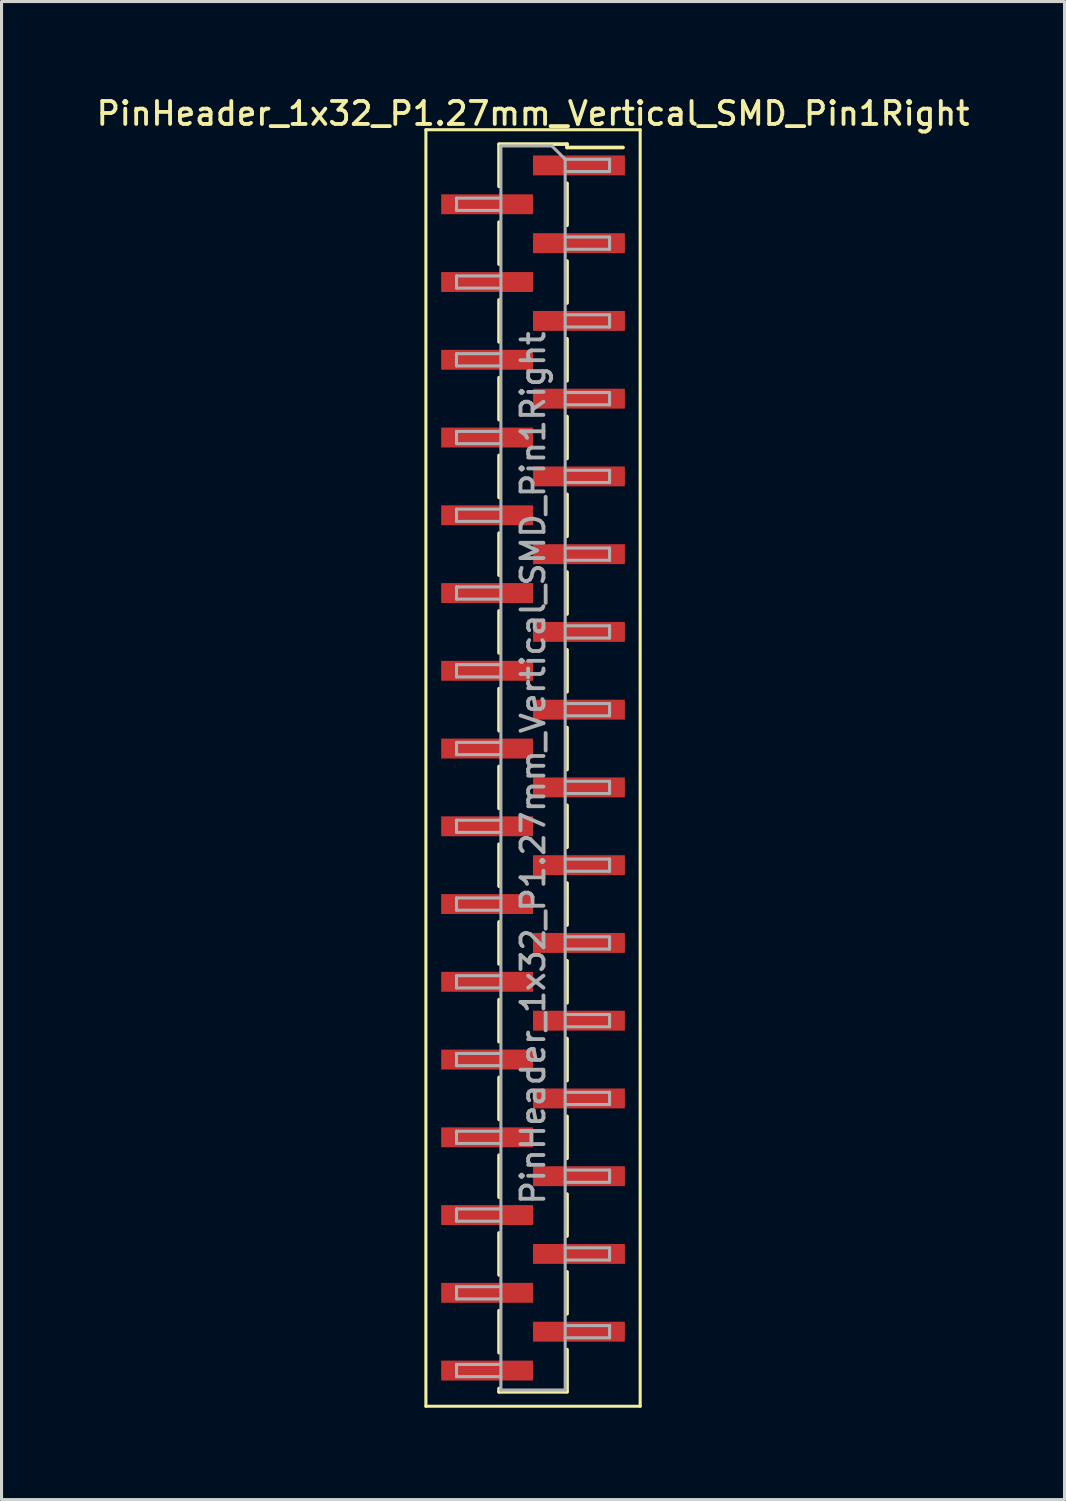
<source format=kicad_pcb>
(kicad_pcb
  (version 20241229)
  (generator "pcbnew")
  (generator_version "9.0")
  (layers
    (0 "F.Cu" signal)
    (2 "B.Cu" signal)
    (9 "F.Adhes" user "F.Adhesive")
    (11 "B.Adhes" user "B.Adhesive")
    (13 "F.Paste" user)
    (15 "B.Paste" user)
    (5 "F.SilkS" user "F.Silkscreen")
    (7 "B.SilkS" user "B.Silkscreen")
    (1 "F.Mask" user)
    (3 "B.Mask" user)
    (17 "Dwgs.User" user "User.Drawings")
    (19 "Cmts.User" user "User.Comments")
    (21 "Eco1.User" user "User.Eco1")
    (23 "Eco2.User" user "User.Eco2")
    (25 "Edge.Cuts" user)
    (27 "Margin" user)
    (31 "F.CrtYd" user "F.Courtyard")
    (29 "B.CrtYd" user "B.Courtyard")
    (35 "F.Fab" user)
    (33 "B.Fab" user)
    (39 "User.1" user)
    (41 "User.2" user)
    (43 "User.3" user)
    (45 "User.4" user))
  (footprint "PinHeader_1x32_P1.27mm_Vertical_SMD_Pin1Right"
    (layer "F.Cu")
    (at 14.363 22.038)
    (property "Reference" "PinHeader_1x32_P1.27mm_Vertical_SMD_Pin1Right" (at 0 -21.38 0) (layer "F.SilkS") (effects (font (size 0.75 0.75) (thickness 0.125))))
    (attr smd)
    (fp_line (start -3.5 -20.85) (end -3.5 20.85) (stroke (width 0.1) (type solid)) (layer "F.SilkS"))
    (fp_line (start -3.5 20.85) (end 3.5 20.85) (stroke (width 0.1) (type solid)) (layer "F.SilkS"))
    (fp_line (start -1.11 -20.38) (end 1.11 -20.38) (stroke (width 0.12) (type solid)) (layer "F.SilkS"))
    (fp_line (start -1.11 -20.37) (end -1.11 -19) (stroke (width 0.12) (type solid)) (layer "F.SilkS"))
    (fp_line (start -1.11 -17.83) (end -1.11 -16.46) (stroke (width 0.12) (type solid)) (layer "F.SilkS"))
    (fp_line (start -1.11 -15.29) (end -1.11 -13.92) (stroke (width 0.12) (type solid)) (layer "F.SilkS"))
    (fp_line (start -1.11 -12.75) (end -1.11 -11.38) (stroke (width 0.12) (type solid)) (layer "F.SilkS"))
    (fp_line (start -1.11 -10.21) (end -1.11 -8.84) (stroke (width 0.12) (type solid)) (layer "F.SilkS"))
    (fp_line (start -1.11 -7.67) (end -1.11 -6.3) (stroke (width 0.12) (type solid)) (layer "F.SilkS"))
    (fp_line (start -1.11 -5.13) (end -1.11 -3.76) (stroke (width 0.12) (type solid)) (layer "F.SilkS"))
    (fp_line (start -1.11 -2.59) (end -1.11 -1.22) (stroke (width 0.12) (type solid)) (layer "F.SilkS"))
    (fp_line (start -1.11 -0.05) (end -1.11 1.32) (stroke (width 0.12) (type solid)) (layer "F.SilkS"))
    (fp_line (start -1.11 2.49) (end -1.11 3.86) (stroke (width 0.12) (type solid)) (layer "F.SilkS"))
    (fp_line (start -1.11 5.03) (end -1.11 6.4) (stroke (width 0.12) (type solid)) (layer "F.SilkS"))
    (fp_line (start -1.11 7.57) (end -1.11 8.94) (stroke (width 0.12) (type solid)) (layer "F.SilkS"))
    (fp_line (start -1.11 10.11) (end -1.11 11.48) (stroke (width 0.12) (type solid)) (layer "F.SilkS"))
    (fp_line (start -1.11 12.65) (end -1.11 14.02) (stroke (width 0.12) (type solid)) (layer "F.SilkS"))
    (fp_line (start -1.11 15.19) (end -1.11 16.56) (stroke (width 0.12) (type solid)) (layer "F.SilkS"))
    (fp_line (start -1.11 17.73) (end -1.11 19.1) (stroke (width 0.12) (type solid)) (layer "F.SilkS"))
    (fp_line (start -1.11 20.27) (end -1.11 20.38) (stroke (width 0.12) (type solid)) (layer "F.SilkS"))
    (fp_line (start -1.11 20.38) (end 1.11 20.38) (stroke (width 0.12) (type solid)) (layer "F.SilkS"))
    (fp_line (start 1.11 -20.38) (end 1.11 -20.27) (stroke (width 0.12) (type solid)) (layer "F.SilkS"))
    (fp_line (start 1.11 -20.27) (end 2.94 -20.27) (stroke (width 0.12) (type solid)) (layer "F.SilkS"))
    (fp_line (start 1.11 -19.1) (end 1.11 -17.73) (stroke (width 0.12) (type solid)) (layer "F.SilkS"))
    (fp_line (start 1.11 -16.56) (end 1.11 -15.19) (stroke (width 0.12) (type solid)) (layer "F.SilkS"))
    (fp_line (start 1.11 -14.02) (end 1.11 -12.65) (stroke (width 0.12) (type solid)) (layer "F.SilkS"))
    (fp_line (start 1.11 -11.48) (end 1.11 -10.11) (stroke (width 0.12) (type solid)) (layer "F.SilkS"))
    (fp_line (start 1.11 -8.94) (end 1.11 -7.57) (stroke (width 0.12) (type solid)) (layer "F.SilkS"))
    (fp_line (start 1.11 -6.4) (end 1.11 -5.03) (stroke (width 0.12) (type solid)) (layer "F.SilkS"))
    (fp_line (start 1.11 -3.86) (end 1.11 -2.49) (stroke (width 0.12) (type solid)) (layer "F.SilkS"))
    (fp_line (start 1.11 -1.32) (end 1.11 0.05) (stroke (width 0.12) (type solid)) (layer "F.SilkS"))
    (fp_line (start 1.11 1.22) (end 1.11 2.59) (stroke (width 0.12) (type solid)) (layer "F.SilkS"))
    (fp_line (start 1.11 3.76) (end 1.11 5.13) (stroke (width 0.12) (type solid)) (layer "F.SilkS"))
    (fp_line (start 1.11 6.3) (end 1.11 7.67) (stroke (width 0.12) (type solid)) (layer "F.SilkS"))
    (fp_line (start 1.11 8.84) (end 1.11 10.21) (stroke (width 0.12) (type solid)) (layer "F.SilkS"))
    (fp_line (start 1.11 11.38) (end 1.11 12.75) (stroke (width 0.12) (type solid)) (layer "F.SilkS"))
    (fp_line (start 1.11 13.92) (end 1.11 15.29) (stroke (width 0.12) (type solid)) (layer "F.SilkS"))
    (fp_line (start 1.11 16.46) (end 1.11 17.83) (stroke (width 0.12) (type solid)) (layer "F.SilkS"))
    (fp_line (start 1.11 19) (end 1.11 20.37) (stroke (width 0.12) (type solid)) (layer "F.SilkS"))
    (fp_line (start 3.5 -20.85) (end -3.5 -20.85) (stroke (width 0.1) (type solid)) (layer "F.SilkS"))
    (fp_line (start 3.5 20.85) (end 3.5 -20.85) (stroke (width 0.1) (type solid)) (layer "F.SilkS"))
    (fp_line (start -2.5 -18.615) (end -2.5 -18.215) (stroke (width 0.1) (type solid)) (layer "F.Fab"))
    (fp_line (start -2.5 -18.215) (end -1.05 -18.215) (stroke (width 0.1) (type solid)) (layer "F.Fab"))
    (fp_line (start -2.5 -16.075) (end -2.5 -15.675) (stroke (width 0.1) (type solid)) (layer "F.Fab"))
    (fp_line (start -2.5 -15.675) (end -1.05 -15.675) (stroke (width 0.1) (type solid)) (layer "F.Fab"))
    (fp_line (start -2.5 -13.535) (end -2.5 -13.135) (stroke (width 0.1) (type solid)) (layer "F.Fab"))
    (fp_line (start -2.5 -13.135) (end -1.05 -13.135) (stroke (width 0.1) (type solid)) (layer "F.Fab"))
    (fp_line (start -2.5 -10.995) (end -2.5 -10.595) (stroke (width 0.1) (type solid)) (layer "F.Fab"))
    (fp_line (start -2.5 -10.595) (end -1.05 -10.595) (stroke (width 0.1) (type solid)) (layer "F.Fab"))
    (fp_line (start -2.5 -8.455) (end -2.5 -8.055) (stroke (width 0.1) (type solid)) (layer "F.Fab"))
    (fp_line (start -2.5 -8.055) (end -1.05 -8.055) (stroke (width 0.1) (type solid)) (layer "F.Fab"))
    (fp_line (start -2.5 -5.915) (end -2.5 -5.515) (stroke (width 0.1) (type solid)) (layer "F.Fab"))
    (fp_line (start -2.5 -5.515) (end -1.05 -5.515) (stroke (width 0.1) (type solid)) (layer "F.Fab"))
    (fp_line (start -2.5 -3.375) (end -2.5 -2.975) (stroke (width 0.1) (type solid)) (layer "F.Fab"))
    (fp_line (start -2.5 -2.975) (end -1.05 -2.975) (stroke (width 0.1) (type solid)) (layer "F.Fab"))
    (fp_line (start -2.5 -0.835) (end -2.5 -0.435) (stroke (width 0.1) (type solid)) (layer "F.Fab"))
    (fp_line (start -2.5 -0.435) (end -1.05 -0.435) (stroke (width 0.1) (type solid)) (layer "F.Fab"))
    (fp_line (start -2.5 1.705) (end -2.5 2.105) (stroke (width 0.1) (type solid)) (layer "F.Fab"))
    (fp_line (start -2.5 2.105) (end -1.05 2.105) (stroke (width 0.1) (type solid)) (layer "F.Fab"))
    (fp_line (start -2.5 4.245) (end -2.5 4.645) (stroke (width 0.1) (type solid)) (layer "F.Fab"))
    (fp_line (start -2.5 4.645) (end -1.05 4.645) (stroke (width 0.1) (type solid)) (layer "F.Fab"))
    (fp_line (start -2.5 6.785) (end -2.5 7.185) (stroke (width 0.1) (type solid)) (layer "F.Fab"))
    (fp_line (start -2.5 7.185) (end -1.05 7.185) (stroke (width 0.1) (type solid)) (layer "F.Fab"))
    (fp_line (start -2.5 9.325) (end -2.5 9.725) (stroke (width 0.1) (type solid)) (layer "F.Fab"))
    (fp_line (start -2.5 9.725) (end -1.05 9.725) (stroke (width 0.1) (type solid)) (layer "F.Fab"))
    (fp_line (start -2.5 11.865) (end -2.5 12.265) (stroke (width 0.1) (type solid)) (layer "F.Fab"))
    (fp_line (start -2.5 12.265) (end -1.05 12.265) (stroke (width 0.1) (type solid)) (layer "F.Fab"))
    (fp_line (start -2.5 14.405) (end -2.5 14.805) (stroke (width 0.1) (type solid)) (layer "F.Fab"))
    (fp_line (start -2.5 14.805) (end -1.05 14.805) (stroke (width 0.1) (type solid)) (layer "F.Fab"))
    (fp_line (start -2.5 16.945) (end -2.5 17.345) (stroke (width 0.1) (type solid)) (layer "F.Fab"))
    (fp_line (start -2.5 17.345) (end -1.05 17.345) (stroke (width 0.1) (type solid)) (layer "F.Fab"))
    (fp_line (start -2.5 19.485) (end -2.5 19.885) (stroke (width 0.1) (type solid)) (layer "F.Fab"))
    (fp_line (start -2.5 19.885) (end -1.05 19.885) (stroke (width 0.1) (type solid)) (layer "F.Fab"))
    (fp_line (start -1.05 -20.32) (end -1.05 20.32) (stroke (width 0.1) (type solid)) (layer "F.Fab"))
    (fp_line (start -1.05 -20.32) (end 0.615 -20.32) (stroke (width 0.1) (type solid)) (layer "F.Fab"))
    (fp_line (start -1.05 -18.615) (end -2.5 -18.615) (stroke (width 0.1) (type solid)) (layer "F.Fab"))
    (fp_line (start -1.05 -16.075) (end -2.5 -16.075) (stroke (width 0.1) (type solid)) (layer "F.Fab"))
    (fp_line (start -1.05 -13.535) (end -2.5 -13.535) (stroke (width 0.1) (type solid)) (layer "F.Fab"))
    (fp_line (start -1.05 -10.995) (end -2.5 -10.995) (stroke (width 0.1) (type solid)) (layer "F.Fab"))
    (fp_line (start -1.05 -8.455) (end -2.5 -8.455) (stroke (width 0.1) (type solid)) (layer "F.Fab"))
    (fp_line (start -1.05 -5.915) (end -2.5 -5.915) (stroke (width 0.1) (type solid)) (layer "F.Fab"))
    (fp_line (start -1.05 -3.375) (end -2.5 -3.375) (stroke (width 0.1) (type solid)) (layer "F.Fab"))
    (fp_line (start -1.05 -0.835) (end -2.5 -0.835) (stroke (width 0.1) (type solid)) (layer "F.Fab"))
    (fp_line (start -1.05 1.705) (end -2.5 1.705) (stroke (width 0.1) (type solid)) (layer "F.Fab"))
    (fp_line (start -1.05 4.245) (end -2.5 4.245) (stroke (width 0.1) (type solid)) (layer "F.Fab"))
    (fp_line (start -1.05 6.785) (end -2.5 6.785) (stroke (width 0.1) (type solid)) (layer "F.Fab"))
    (fp_line (start -1.05 9.325) (end -2.5 9.325) (stroke (width 0.1) (type solid)) (layer "F.Fab"))
    (fp_line (start -1.05 11.865) (end -2.5 11.865) (stroke (width 0.1) (type solid)) (layer "F.Fab"))
    (fp_line (start -1.05 14.405) (end -2.5 14.405) (stroke (width 0.1) (type solid)) (layer "F.Fab"))
    (fp_line (start -1.05 16.945) (end -2.5 16.945) (stroke (width 0.1) (type solid)) (layer "F.Fab"))
    (fp_line (start -1.05 19.485) (end -2.5 19.485) (stroke (width 0.1) (type solid)) (layer "F.Fab"))
    (fp_line (start 1.05 -19.885) (end 0.615 -20.32) (stroke (width 0.1) (type solid)) (layer "F.Fab"))
    (fp_line (start 1.05 -19.885) (end 2.5 -19.885) (stroke (width 0.1) (type solid)) (layer "F.Fab"))
    (fp_line (start 1.05 -17.345) (end 2.5 -17.345) (stroke (width 0.1) (type solid)) (layer "F.Fab"))
    (fp_line (start 1.05 -14.805) (end 2.5 -14.805) (stroke (width 0.1) (type solid)) (layer "F.Fab"))
    (fp_line (start 1.05 -12.265) (end 2.5 -12.265) (stroke (width 0.1) (type solid)) (layer "F.Fab"))
    (fp_line (start 1.05 -9.725) (end 2.5 -9.725) (stroke (width 0.1) (type solid)) (layer "F.Fab"))
    (fp_line (start 1.05 -7.185) (end 2.5 -7.185) (stroke (width 0.1) (type solid)) (layer "F.Fab"))
    (fp_line (start 1.05 -4.645) (end 2.5 -4.645) (stroke (width 0.1) (type solid)) (layer "F.Fab"))
    (fp_line (start 1.05 -2.105) (end 2.5 -2.105) (stroke (width 0.1) (type solid)) (layer "F.Fab"))
    (fp_line (start 1.05 0.435) (end 2.5 0.435) (stroke (width 0.1) (type solid)) (layer "F.Fab"))
    (fp_line (start 1.05 2.975) (end 2.5 2.975) (stroke (width 0.1) (type solid)) (layer "F.Fab"))
    (fp_line (start 1.05 5.515) (end 2.5 5.515) (stroke (width 0.1) (type solid)) (layer "F.Fab"))
    (fp_line (start 1.05 8.055) (end 2.5 8.055) (stroke (width 0.1) (type solid)) (layer "F.Fab"))
    (fp_line (start 1.05 10.595) (end 2.5 10.595) (stroke (width 0.1) (type solid)) (layer "F.Fab"))
    (fp_line (start 1.05 13.135) (end 2.5 13.135) (stroke (width 0.1) (type solid)) (layer "F.Fab"))
    (fp_line (start 1.05 15.675) (end 2.5 15.675) (stroke (width 0.1) (type solid)) (layer "F.Fab"))
    (fp_line (start 1.05 18.215) (end 2.5 18.215) (stroke (width 0.1) (type solid)) (layer "F.Fab"))
    (fp_line (start 1.05 20.32) (end -1.05 20.32) (stroke (width 0.1) (type solid)) (layer "F.Fab"))
    (fp_line (start 1.05 20.32) (end 1.05 -19.885) (stroke (width 0.1) (type solid)) (layer "F.Fab"))
    (fp_line (start 2.5 -19.885) (end 2.5 -19.485) (stroke (width 0.1) (type solid)) (layer "F.Fab"))
    (fp_line (start 2.5 -19.485) (end 1.05 -19.485) (stroke (width 0.1) (type solid)) (layer "F.Fab"))
    (fp_line (start 2.5 -17.345) (end 2.5 -16.945) (stroke (width 0.1) (type solid)) (layer "F.Fab"))
    (fp_line (start 2.5 -16.945) (end 1.05 -16.945) (stroke (width 0.1) (type solid)) (layer "F.Fab"))
    (fp_line (start 2.5 -14.805) (end 2.5 -14.405) (stroke (width 0.1) (type solid)) (layer "F.Fab"))
    (fp_line (start 2.5 -14.405) (end 1.05 -14.405) (stroke (width 0.1) (type solid)) (layer "F.Fab"))
    (fp_line (start 2.5 -12.265) (end 2.5 -11.865) (stroke (width 0.1) (type solid)) (layer "F.Fab"))
    (fp_line (start 2.5 -11.865) (end 1.05 -11.865) (stroke (width 0.1) (type solid)) (layer "F.Fab"))
    (fp_line (start 2.5 -9.725) (end 2.5 -9.325) (stroke (width 0.1) (type solid)) (layer "F.Fab"))
    (fp_line (start 2.5 -9.325) (end 1.05 -9.325) (stroke (width 0.1) (type solid)) (layer "F.Fab"))
    (fp_line (start 2.5 -7.185) (end 2.5 -6.785) (stroke (width 0.1) (type solid)) (layer "F.Fab"))
    (fp_line (start 2.5 -6.785) (end 1.05 -6.785) (stroke (width 0.1) (type solid)) (layer "F.Fab"))
    (fp_line (start 2.5 -4.645) (end 2.5 -4.245) (stroke (width 0.1) (type solid)) (layer "F.Fab"))
    (fp_line (start 2.5 -4.245) (end 1.05 -4.245) (stroke (width 0.1) (type solid)) (layer "F.Fab"))
    (fp_line (start 2.5 -2.105) (end 2.5 -1.705) (stroke (width 0.1) (type solid)) (layer "F.Fab"))
    (fp_line (start 2.5 -1.705) (end 1.05 -1.705) (stroke (width 0.1) (type solid)) (layer "F.Fab"))
    (fp_line (start 2.5 0.435) (end 2.5 0.835) (stroke (width 0.1) (type solid)) (layer "F.Fab"))
    (fp_line (start 2.5 0.835) (end 1.05 0.835) (stroke (width 0.1) (type solid)) (layer "F.Fab"))
    (fp_line (start 2.5 2.975) (end 2.5 3.375) (stroke (width 0.1) (type solid)) (layer "F.Fab"))
    (fp_line (start 2.5 3.375) (end 1.05 3.375) (stroke (width 0.1) (type solid)) (layer "F.Fab"))
    (fp_line (start 2.5 5.515) (end 2.5 5.915) (stroke (width 0.1) (type solid)) (layer "F.Fab"))
    (fp_line (start 2.5 5.915) (end 1.05 5.915) (stroke (width 0.1) (type solid)) (layer "F.Fab"))
    (fp_line (start 2.5 8.055) (end 2.5 8.455) (stroke (width 0.1) (type solid)) (layer "F.Fab"))
    (fp_line (start 2.5 8.455) (end 1.05 8.455) (stroke (width 0.1) (type solid)) (layer "F.Fab"))
    (fp_line (start 2.5 10.595) (end 2.5 10.995) (stroke (width 0.1) (type solid)) (layer "F.Fab"))
    (fp_line (start 2.5 10.995) (end 1.05 10.995) (stroke (width 0.1) (type solid)) (layer "F.Fab"))
    (fp_line (start 2.5 13.135) (end 2.5 13.535) (stroke (width 0.1) (type solid)) (layer "F.Fab"))
    (fp_line (start 2.5 13.535) (end 1.05 13.535) (stroke (width 0.1) (type solid)) (layer "F.Fab"))
    (fp_line (start 2.5 15.675) (end 2.5 16.075) (stroke (width 0.1) (type solid)) (layer "F.Fab"))
    (fp_line (start 2.5 16.075) (end 1.05 16.075) (stroke (width 0.1) (type solid)) (layer "F.Fab"))
    (fp_line (start 2.5 18.215) (end 2.5 18.615) (stroke (width 0.1) (type solid)) (layer "F.Fab"))
    (fp_line (start 2.5 18.615) (end 1.05 18.615) (stroke (width 0.1) (type solid)) (layer "F.Fab"))
    (fp_text user "${REFERENCE}" (at 0 0 90) (layer "F.Fab") (effects (font (size 0.75 0.75) (thickness 0.125))))
    (pad "1" smd rect (at 1.5 -19.685) (size 3 0.65) (layers "F.Cu" "F.Mask" "F.Paste"))
    (pad "2" smd rect (at -1.5 -18.415) (size 3 0.65) (layers "F.Cu" "F.Mask" "F.Paste"))
    (pad "3" smd rect (at 1.5 -17.145) (size 3 0.65) (layers "F.Cu" "F.Mask" "F.Paste"))
    (pad "4" smd rect (at -1.5 -15.875) (size 3 0.65) (layers "F.Cu" "F.Mask" "F.Paste"))
    (pad "5" smd rect (at 1.5 -14.605) (size 3 0.65) (layers "F.Cu" "F.Mask" "F.Paste"))
    (pad "6" smd rect (at -1.5 -13.335) (size 3 0.65) (layers "F.Cu" "F.Mask" "F.Paste"))
    (pad "7" smd rect (at 1.5 -12.065) (size 3 0.65) (layers "F.Cu" "F.Mask" "F.Paste"))
    (pad "8" smd rect (at -1.5 -10.795) (size 3 0.65) (layers "F.Cu" "F.Mask" "F.Paste"))
    (pad "9" smd rect (at 1.5 -9.525) (size 3 0.65) (layers "F.Cu" "F.Mask" "F.Paste"))
    (pad "10" smd rect (at -1.5 -8.255) (size 3 0.65) (layers "F.Cu" "F.Mask" "F.Paste"))
    (pad "11" smd rect (at 1.5 -6.985) (size 3 0.65) (layers "F.Cu" "F.Mask" "F.Paste"))
    (pad "12" smd rect (at -1.5 -5.715) (size 3 0.65) (layers "F.Cu" "F.Mask" "F.Paste"))
    (pad "13" smd rect (at 1.5 -4.445) (size 3 0.65) (layers "F.Cu" "F.Mask" "F.Paste"))
    (pad "14" smd rect (at -1.5 -3.175) (size 3 0.65) (layers "F.Cu" "F.Mask" "F.Paste"))
    (pad "15" smd rect (at 1.5 -1.905) (size 3 0.65) (layers "F.Cu" "F.Mask" "F.Paste"))
    (pad "16" smd rect (at -1.5 -0.635) (size 3 0.65) (layers "F.Cu" "F.Mask" "F.Paste"))
    (pad "17" smd rect (at 1.5 0.635) (size 3 0.65) (layers "F.Cu" "F.Mask" "F.Paste"))
    (pad "18" smd rect (at -1.5 1.905) (size 3 0.65) (layers "F.Cu" "F.Mask" "F.Paste"))
    (pad "19" smd rect (at 1.5 3.175) (size 3 0.65) (layers "F.Cu" "F.Mask" "F.Paste"))
    (pad "20" smd rect (at -1.5 4.445) (size 3 0.65) (layers "F.Cu" "F.Mask" "F.Paste"))
    (pad "21" smd rect (at 1.5 5.715) (size 3 0.65) (layers "F.Cu" "F.Mask" "F.Paste"))
    (pad "22" smd rect (at -1.5 6.985) (size 3 0.65) (layers "F.Cu" "F.Mask" "F.Paste"))
    (pad "23" smd rect (at 1.5 8.255) (size 3 0.65) (layers "F.Cu" "F.Mask" "F.Paste"))
    (pad "24" smd rect (at -1.5 9.525) (size 3 0.65) (layers "F.Cu" "F.Mask" "F.Paste"))
    (pad "25" smd rect (at 1.5 10.795) (size 3 0.65) (layers "F.Cu" "F.Mask" "F.Paste"))
    (pad "26" smd rect (at -1.5 12.065) (size 3 0.65) (layers "F.Cu" "F.Mask" "F.Paste"))
    (pad "27" smd rect (at 1.5 13.335) (size 3 0.65) (layers "F.Cu" "F.Mask" "F.Paste"))
    (pad "28" smd rect (at -1.5 14.605) (size 3 0.65) (layers "F.Cu" "F.Mask" "F.Paste"))
    (pad "29" smd rect (at 1.5 15.875) (size 3 0.65) (layers "F.Cu" "F.Mask" "F.Paste"))
    (pad "30" smd rect (at -1.5 17.145) (size 3 0.65) (layers "F.Cu" "F.Mask" "F.Paste"))
    (pad "31" smd rect (at 1.5 18.415) (size 3 0.65) (layers "F.Cu" "F.Mask" "F.Paste"))
    (pad "32" smd rect (at -1.5 19.685) (size 3 0.65) (layers "F.Cu" "F.Mask" "F.Paste")))
  (gr_rect
    (start -3 -3)
    (end 31.725 45.938)
    (stroke (width 0.1) (type default))
    (fill no)
    (layer "Edge.Cuts")))
</source>
